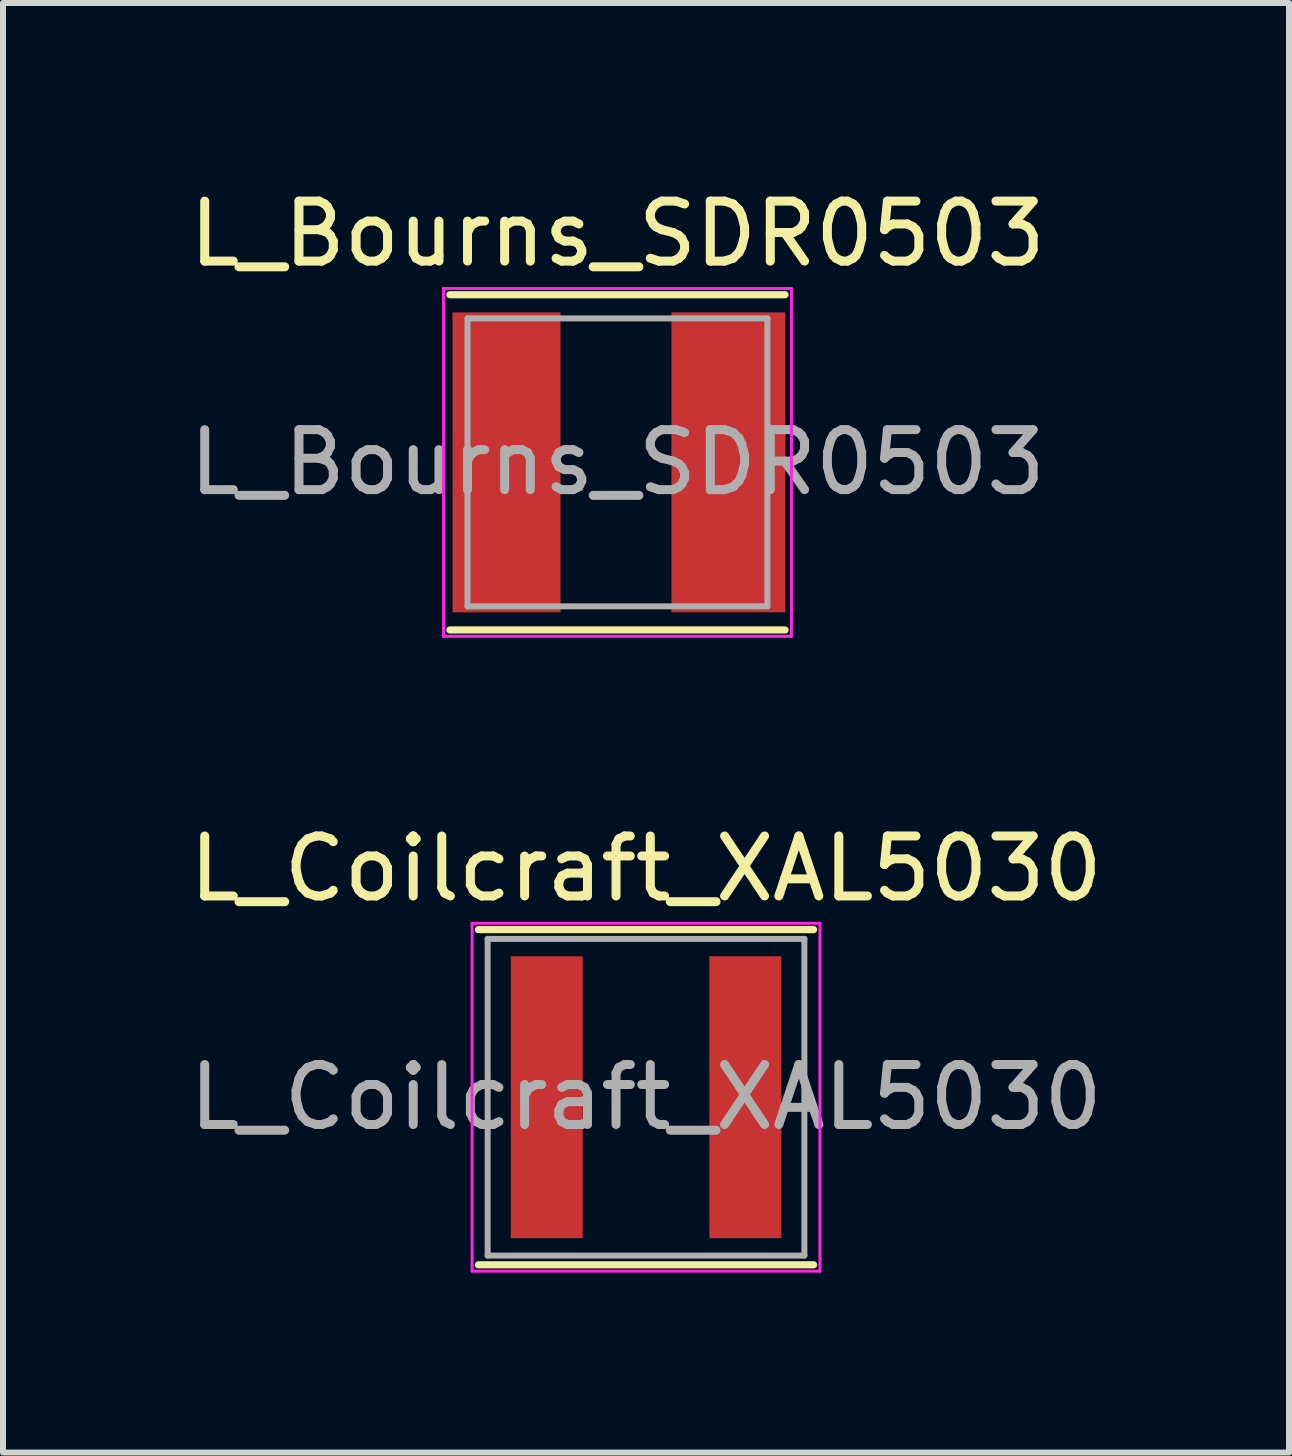
<source format=kicad_pcb>
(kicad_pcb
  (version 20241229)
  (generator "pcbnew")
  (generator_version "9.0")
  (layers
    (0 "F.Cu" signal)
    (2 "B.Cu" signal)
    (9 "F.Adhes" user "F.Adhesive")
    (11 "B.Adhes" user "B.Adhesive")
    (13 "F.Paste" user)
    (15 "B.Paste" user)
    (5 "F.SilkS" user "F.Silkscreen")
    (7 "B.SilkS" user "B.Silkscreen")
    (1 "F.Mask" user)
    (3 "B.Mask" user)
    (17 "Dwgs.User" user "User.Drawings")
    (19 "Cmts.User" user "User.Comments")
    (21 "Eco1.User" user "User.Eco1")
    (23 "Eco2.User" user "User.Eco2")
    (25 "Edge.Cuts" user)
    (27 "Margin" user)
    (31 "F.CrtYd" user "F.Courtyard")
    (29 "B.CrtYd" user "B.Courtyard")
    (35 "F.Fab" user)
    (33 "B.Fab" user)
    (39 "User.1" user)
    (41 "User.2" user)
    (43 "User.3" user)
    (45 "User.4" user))
  (footprint "L_Coilcraft_XAL5030"
    (layer "F.Cu")
    (at 7.72 15.242)
    (property "Reference" "L_Coilcraft_XAL5030" (at 0 -3.81 0) (layer "F.SilkS") (effects (font (size 1 1) (thickness 0.15))))
    (attr smd)
    (fp_line (start -2.794 -2.794) (end 2.794 -2.794) (stroke (width 0.12) (type solid)) (layer "F.SilkS"))
    (fp_line (start 2.794 2.794) (end -2.794 2.794) (stroke (width 0.12) (type solid)) (layer "F.SilkS"))
    (fp_line (start -2.9 -2.9) (end 2.9 -2.9) (stroke (width 0.05) (type solid)) (layer "F.CrtYd"))
    (fp_line (start -2.9 2.9) (end -2.9 -2.9) (stroke (width 0.05) (type solid)) (layer "F.CrtYd"))
    (fp_line (start 2.9 -2.9) (end 2.9 2.9) (stroke (width 0.05) (type solid)) (layer "F.CrtYd"))
    (fp_line (start 2.9 2.9) (end -2.9 2.9) (stroke (width 0.05) (type solid)) (layer "F.CrtYd"))
    (fp_line (start -2.64 -2.64) (end 2.64 -2.64) (stroke (width 0.1) (type solid)) (layer "F.Fab"))
    (fp_line (start -2.64 2.64) (end -2.64 -2.64) (stroke (width 0.1) (type solid)) (layer "F.Fab"))
    (fp_line (start 2.64 -2.64) (end 2.64 2.64) (stroke (width 0.1) (type solid)) (layer "F.Fab"))
    (fp_line (start 2.64 2.64) (end -2.64 2.64) (stroke (width 0.1) (type solid)) (layer "F.Fab"))
    (fp_text user "${REFERENCE}" (at 0 0 0) (layer "F.Fab") (effects (font (size 1 1) (thickness 0.15))))
    (pad "1" smd rect (at -1.655 0) (size 1.2 4.7) (layers "F.Cu" "F.Mask" "F.Paste"))
    (pad "2" smd rect (at 1.655 0) (size 1.2 4.7) (layers "F.Cu" "F.Mask" "F.Paste")))
  (footprint "L_Bourns_SDR0503"
    (layer "F.Cu")
    (at 7.244 4.658)
    (property "Reference" "L_Bourns_SDR0503" (at 0 -3.81 0) (layer "F.SilkS") (effects (font (size 1 1) (thickness 0.15))))
    (attr smd)
    (fp_line (start -2.794 -2.794) (end 2.794 -2.794) (stroke (width 0.12) (type solid)) (layer "F.SilkS"))
    (fp_line (start 2.794 2.794) (end -2.794 2.794) (stroke (width 0.12) (type solid)) (layer "F.SilkS"))
    (fp_line (start -2.9 -2.9) (end 2.9 -2.9) (stroke (width 0.05) (type solid)) (layer "F.CrtYd"))
    (fp_line (start -2.9 2.9) (end -2.9 -2.9) (stroke (width 0.05) (type solid)) (layer "F.CrtYd"))
    (fp_line (start 2.9 -2.9) (end 2.9 2.9) (stroke (width 0.05) (type solid)) (layer "F.CrtYd"))
    (fp_line (start 2.9 2.9) (end -2.9 2.9) (stroke (width 0.05) (type solid)) (layer "F.CrtYd"))
    (fp_line (start -2.5 -2.4) (end 2.5 -2.4) (stroke (width 0.1) (type solid)) (layer "F.Fab"))
    (fp_line (start -2.5 2.4) (end -2.5 -2.4) (stroke (width 0.1) (type solid)) (layer "F.Fab"))
    (fp_line (start 2.5 -2.4) (end 2.5 2.4) (stroke (width 0.1) (type solid)) (layer "F.Fab"))
    (fp_line (start 2.5 2.4) (end -2.5 2.4) (stroke (width 0.1) (type solid)) (layer "F.Fab"))
    (fp_text user "${REFERENCE}" (at 0 0 0) (layer "F.Fab") (effects (font (size 1 1) (thickness 0.15))))
    (pad "1" smd rect (at -1.85 0) (size 1.8 5) (layers "F.Cu" "F.Mask" "F.Paste"))
    (pad "2" smd rect (at 1.85 0) (size 1.9 5) (layers "F.Cu" "F.Mask" "F.Paste")))
  (gr_rect
    (start -3 -3)
    (end 18.44 21.166)
    (stroke (width 0.1) (type default))
    (fill no)
    (layer "Edge.Cuts")))
</source>
